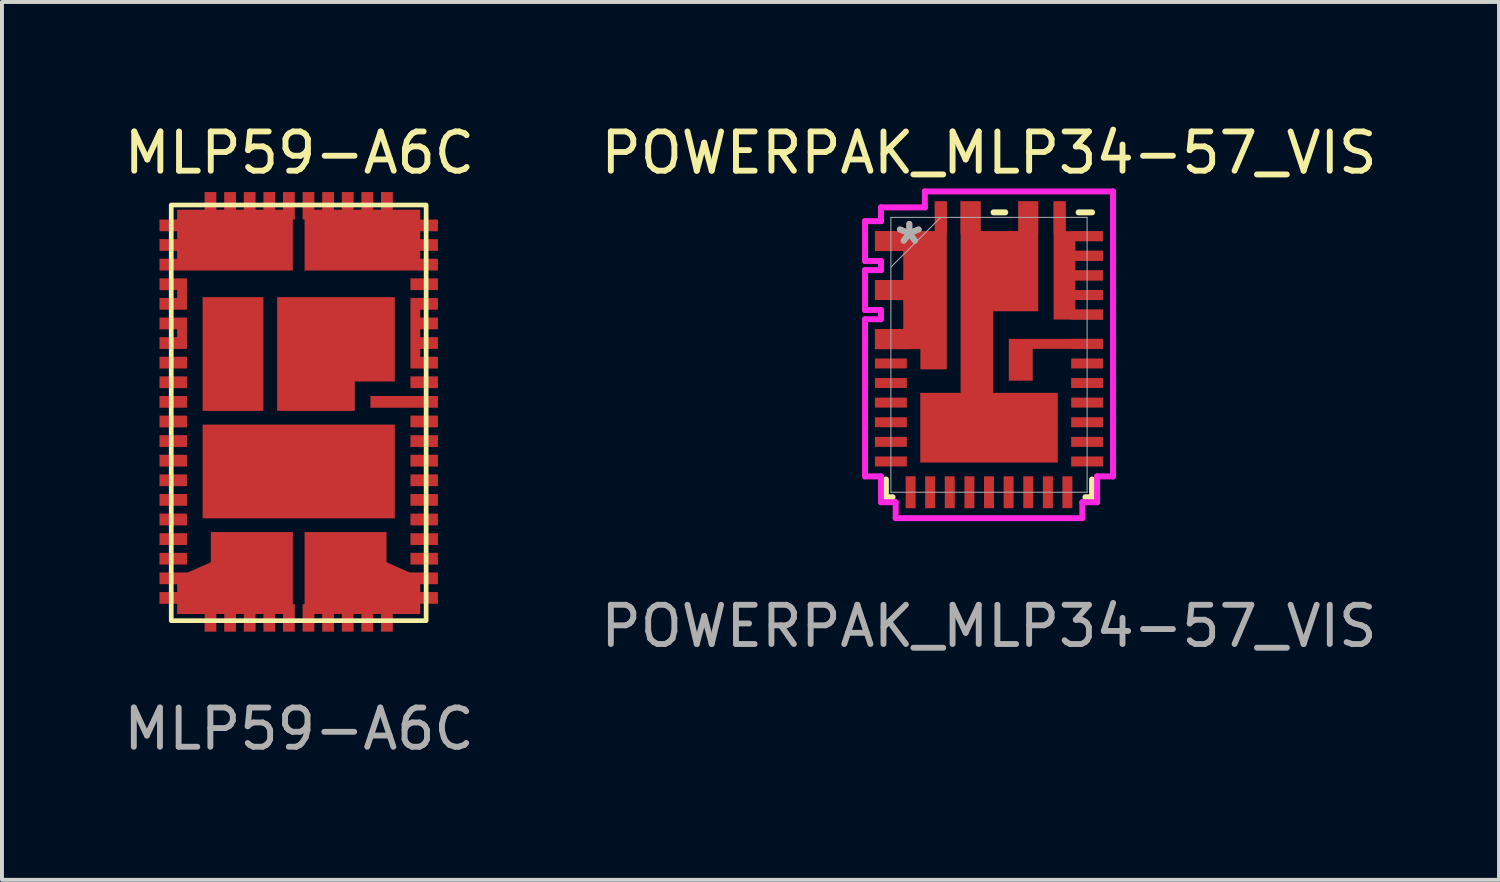
<source format=kicad_pcb>
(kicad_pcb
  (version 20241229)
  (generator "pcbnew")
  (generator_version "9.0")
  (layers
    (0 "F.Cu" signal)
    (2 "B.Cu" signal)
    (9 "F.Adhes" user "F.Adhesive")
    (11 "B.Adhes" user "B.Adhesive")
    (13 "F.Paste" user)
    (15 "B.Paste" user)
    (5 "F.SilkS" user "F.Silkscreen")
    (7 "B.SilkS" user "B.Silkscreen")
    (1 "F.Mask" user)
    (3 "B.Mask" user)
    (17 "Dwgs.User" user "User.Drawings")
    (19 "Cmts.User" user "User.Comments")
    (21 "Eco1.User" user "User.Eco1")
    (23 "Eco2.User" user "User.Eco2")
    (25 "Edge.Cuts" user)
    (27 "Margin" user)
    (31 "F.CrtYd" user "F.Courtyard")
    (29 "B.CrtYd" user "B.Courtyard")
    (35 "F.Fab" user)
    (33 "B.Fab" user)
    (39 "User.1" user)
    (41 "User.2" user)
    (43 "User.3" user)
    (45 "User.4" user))
  (footprint "POWERPAK_MLP34-57_VIS"
    (layer "F.Cu")
    (at 22.171 5.998)
    (property "Reference" "POWERPAK_MLP34-57_VIS" (at 0 -5.15 0) (unlocked yes) (layer "F.SilkS") (effects (font (size 1 1) (thickness 0.15))))
    (attr smd)
    (fp_poly (pts (xy 0.505 -0.406) (xy 0.505 0.66) (xy 1.115 0.66) (xy 1.115 -0.152) (xy 2.908 -0.152) (xy 2.908 -0.406)) (stroke (width 0) (type solid)) (fill yes) (layer "F.Cu"))
    (fp_poly (pts (xy -0.724 -3.912) (xy -0.724 0.97) (xy -1.753 0.97) (xy -1.753 2.748) (xy 1.753 2.748) (xy 1.753 0.97) (xy 0.107 0.97) (xy 0.107 -1.11) (xy 1.255 -1.11) (xy 1.255 -3.912) (xy 0.747 -3.912) (xy 0.747 -3.155) (xy -0.216 -3.155) (xy -0.216 -3.912)) (stroke (width 0) (type solid)) (fill yes) (layer "F.Cu"))
    (fp_poly (pts (xy -2.908 -3.155) (xy -2.908 -2.647) (xy -2.187 -2.647) (xy -2.187 -1.905) (xy -2.908 -1.905) (xy -2.908 -1.397) (xy -2.187 -1.397) (xy -2.187 -0.653) (xy -2.908 -0.653) (xy -2.908 -0.145) (xy -1.75 -0.145) (xy -1.75 0.371) (xy -1.077 0.371) (xy -1.077 -3.912) (xy -1.382 -3.912) (xy -1.382 -3.155)) (stroke (width 0) (type solid)) (fill yes) (layer "F.Cu"))
    (fp_poly (pts (xy 1.648 -0.899) (xy 2.908 -0.899) (xy 2.908 -1.153) (xy 2.202 -1.153) (xy 2.202 -1.397) (xy 2.908 -1.397) (xy 2.908 -1.651) (xy 2.202 -1.651) (xy 2.202 -1.897) (xy 2.908 -1.897) (xy 2.908 -2.151) (xy 2.202 -2.151) (xy 2.202 -2.398) (xy 2.908 -2.398) (xy 2.908 -2.652) (xy 2.202 -2.652) (xy 2.202 -2.898) (xy 2.908 -2.898) (xy 2.908 -3.152) (xy 1.953 -3.152) (xy 1.953 -3.912) (xy 1.648 -3.912)) (stroke (width 0) (type solid)) (fill yes) (layer "F.Cu"))
    (fp_poly (pts (xy 0.505 -0.406) (xy 0.505 0.66) (xy 1.115 0.66) (xy 1.115 -0.152) (xy 2.908 -0.152) (xy 2.908 -0.406)) (stroke (width 0) (type solid)) (fill yes) (layer "F.Mask"))
    (fp_poly (pts (xy -0.724 -3.912) (xy -0.724 0.97) (xy -1.753 0.97) (xy -1.753 2.748) (xy 1.753 2.748) (xy 1.753 0.97) (xy 0.107 0.97) (xy 0.107 -1.11) (xy 1.255 -1.11) (xy 1.255 -3.912) (xy 0.747 -3.912) (xy 0.747 -3.155) (xy -0.216 -3.155) (xy -0.216 -3.912)) (stroke (width 0) (type solid)) (fill yes) (layer "F.Mask"))
    (fp_poly (pts (xy -2.908 -3.155) (xy -2.908 -2.647) (xy -2.187 -2.647) (xy -2.187 -1.905) (xy -2.908 -1.905) (xy -2.908 -1.397) (xy -2.187 -1.397) (xy -2.187 -0.653) (xy -2.908 -0.653) (xy -2.908 -0.145) (xy -1.75 -0.145) (xy -1.75 0.371) (xy -1.077 0.371) (xy -1.077 -3.912) (xy -1.382 -3.912) (xy -1.382 -3.155)) (stroke (width 0) (type solid)) (fill yes) (layer "F.Mask"))
    (fp_poly (pts (xy 1.648 -0.899) (xy 2.908 -0.899) (xy 2.908 -1.153) (xy 2.202 -1.153) (xy 2.202 -1.397) (xy 2.908 -1.397) (xy 2.908 -1.651) (xy 2.202 -1.651) (xy 2.202 -1.897) (xy 2.908 -1.897) (xy 2.908 -2.151) (xy 2.202 -2.151) (xy 2.202 -2.398) (xy 2.908 -2.398) (xy 2.908 -2.652) (xy 2.202 -2.652) (xy 2.202 -2.898) (xy 2.908 -2.898) (xy 2.908 -3.152) (xy 1.953 -3.152) (xy 1.953 -3.912) (xy 1.648 -3.912)) (stroke (width 0) (type solid)) (fill yes) (layer "F.Mask"))
    (fp_line (start -2.629 3.632) (end -2.629 3.18) (stroke (width 0.152) (type solid)) (layer "F.SilkS"))
    (fp_line (start -2.459 3.632) (end -2.629 3.632) (stroke (width 0.152) (type solid)) (layer "F.SilkS"))
    (fp_line (start 0.117 -3.632) (end 0.414 -3.632) (stroke (width 0.152) (type solid)) (layer "F.SilkS"))
    (fp_line (start 2.286 -3.632) (end 2.629 -3.632) (stroke (width 0.152) (type solid)) (layer "F.SilkS"))
    (fp_line (start 2.629 3.18) (end 2.629 3.632) (stroke (width 0.152) (type solid)) (layer "F.SilkS"))
    (fp_line (start 2.629 3.632) (end 2.459 3.632) (stroke (width 0.152) (type solid)) (layer "F.SilkS"))
    (fp_poly (pts (xy 0.505 -0.406) (xy 0.505 0.66) (xy 1.115 0.66) (xy 1.115 -0.152) (xy 2.908 -0.152) (xy 2.908 -0.406)) (stroke (width 0) (type solid)) (fill yes) (layer "F.Paste"))
    (fp_poly (pts (xy -0.724 -3.912) (xy -0.724 0.97) (xy -1.753 0.97) (xy -1.753 2.748) (xy 1.753 2.748) (xy 1.753 0.97) (xy 0.107 0.97) (xy 0.107 -1.11) (xy 1.255 -1.11) (xy 1.255 -3.912) (xy 0.747 -3.912) (xy 0.747 -3.155) (xy -0.216 -3.155) (xy -0.216 -3.912)) (stroke (width 0) (type solid)) (fill yes) (layer "F.Paste"))
    (fp_poly (pts (xy -2.908 -3.155) (xy -2.908 -2.647) (xy -2.187 -2.647) (xy -2.187 -1.905) (xy -2.908 -1.905) (xy -2.908 -1.397) (xy -2.187 -1.397) (xy -2.187 -0.653) (xy -2.908 -0.653) (xy -2.908 -0.145) (xy -1.75 -0.145) (xy -1.75 0.371) (xy -1.077 0.371) (xy -1.077 -3.912) (xy -1.382 -3.912) (xy -1.382 -3.155)) (stroke (width 0) (type solid)) (fill yes) (layer "F.Paste"))
    (fp_poly (pts (xy 1.648 -0.899) (xy 2.908 -0.899) (xy 2.908 -1.153) (xy 2.202 -1.153) (xy 2.202 -1.397) (xy 2.908 -1.397) (xy 2.908 -1.651) (xy 2.202 -1.651) (xy 2.202 -1.897) (xy 2.908 -1.897) (xy 2.908 -2.151) (xy 2.202 -2.151) (xy 2.202 -2.398) (xy 2.908 -2.398) (xy 2.908 -2.652) (xy 2.202 -2.652) (xy 2.202 -2.898) (xy 2.908 -2.898) (xy 2.908 -3.152) (xy 1.953 -3.152) (xy 1.953 -3.912) (xy 1.648 -3.912)) (stroke (width 0) (type solid)) (fill yes) (layer "F.Paste"))
    (fp_line (start -3.162 -3.409) (end -3.162 -2.393) (stroke (width 0.152) (type solid)) (layer "F.CrtYd"))
    (fp_line (start -3.162 -2.393) (end -2.756 -2.393) (stroke (width 0.152) (type solid)) (layer "F.CrtYd"))
    (fp_line (start -3.162 -2.159) (end -3.162 -1.143) (stroke (width 0.152) (type solid)) (layer "F.CrtYd"))
    (fp_line (start -3.162 -1.143) (end -2.756 -1.143) (stroke (width 0.152) (type solid)) (layer "F.CrtYd"))
    (fp_line (start -3.162 -0.907) (end -3.162 3.101) (stroke (width 0.152) (type solid)) (layer "F.CrtYd"))
    (fp_line (start -3.162 3.101) (end -2.756 3.101) (stroke (width 0.152) (type solid)) (layer "F.CrtYd"))
    (fp_line (start -2.756 -3.759) (end -2.756 -3.409) (stroke (width 0.152) (type solid)) (layer "F.CrtYd"))
    (fp_line (start -2.756 -3.409) (end -3.162 -3.409) (stroke (width 0.152) (type solid)) (layer "F.CrtYd"))
    (fp_line (start -2.756 -2.393) (end -2.756 -2.159) (stroke (width 0.152) (type solid)) (layer "F.CrtYd"))
    (fp_line (start -2.756 -2.159) (end -3.162 -2.159) (stroke (width 0.152) (type solid)) (layer "F.CrtYd"))
    (fp_line (start -2.756 -1.143) (end -2.756 -0.907) (stroke (width 0.152) (type solid)) (layer "F.CrtYd"))
    (fp_line (start -2.756 -0.907) (end -3.162 -0.907) (stroke (width 0.152) (type solid)) (layer "F.CrtYd"))
    (fp_line (start -2.756 3.101) (end -2.756 3.759) (stroke (width 0.152) (type solid)) (layer "F.CrtYd"))
    (fp_line (start -2.756 3.759) (end -2.38 3.759) (stroke (width 0.152) (type solid)) (layer "F.CrtYd"))
    (fp_line (start -2.38 3.759) (end -2.38 4.166) (stroke (width 0.152) (type solid)) (layer "F.CrtYd"))
    (fp_line (start -2.38 4.166) (end 2.38 4.166) (stroke (width 0.152) (type solid)) (layer "F.CrtYd"))
    (fp_line (start -1.636 -4.166) (end -1.636 -3.759) (stroke (width 0.152) (type solid)) (layer "F.CrtYd"))
    (fp_line (start -1.636 -3.759) (end -2.756 -3.759) (stroke (width 0.152) (type solid)) (layer "F.CrtYd"))
    (fp_line (start 2.38 3.759) (end 2.756 3.759) (stroke (width 0.152) (type solid)) (layer "F.CrtYd"))
    (fp_line (start 2.38 4.166) (end 2.38 3.759) (stroke (width 0.152) (type solid)) (layer "F.CrtYd"))
    (fp_line (start 2.756 3.101) (end 3.162 3.101) (stroke (width 0.152) (type solid)) (layer "F.CrtYd"))
    (fp_line (start 2.756 3.759) (end 2.756 3.101) (stroke (width 0.152) (type solid)) (layer "F.CrtYd"))
    (fp_line (start 3.162 -4.166) (end -1.636 -4.166) (stroke (width 0.152) (type solid)) (layer "F.CrtYd"))
    (fp_line (start 3.162 3.101) (end 3.162 -4.166) (stroke (width 0.152) (type solid)) (layer "F.CrtYd"))
    (fp_line (start -2.502 -3.505) (end -2.502 3.505) (stroke (width 0.025) (type solid)) (layer "F.Fab"))
    (fp_line (start -2.502 -2.235) (end -1.232 -3.505) (stroke (width 0.025) (type solid)) (layer "F.Fab"))
    (fp_line (start -2.502 3.505) (end 2.502 3.505) (stroke (width 0.025) (type solid)) (layer "F.Fab"))
    (fp_line (start 2.502 -3.505) (end -2.502 -3.505) (stroke (width 0.025) (type solid)) (layer "F.Fab"))
    (fp_line (start 2.502 3.505) (end 2.502 -3.505) (stroke (width 0.025) (type solid)) (layer "F.Fab"))
    (fp_text user "*" (at -2.032 -2.794 0) (unlocked yes) (layer "F.Fab") (effects (font (size 1 1) (thickness 0.15))))
    (fp_text user "${REFERENCE}" (at 0 6.92 0) (unlocked yes) (layer "F.Fab") (effects (font (size 1 1) (thickness 0.15))))
    (fp_text user "*" (at -2.032 -2.794 0) (layer "F.Fab") (effects (font (size 1 1) (thickness 0.15))))
    (pad "1" smd rect (at -2.502 -2.901) (size 0.813 0.508) (layers "F.Cu" "F.Mask" "F.Paste"))
    (pad "1" smd rect (at -2.502 -1.651) (size 0.813 0.508) (layers "F.Cu" "F.Mask" "F.Paste"))
    (pad "1" smd rect (at -2.502 -0.399) (size 0.813 0.508) (layers "F.Cu" "F.Mask" "F.Paste"))
    (pad "1" smd rect (at -1.229 -3.505 90) (size 0.813 0.305) (layers "F.Cu" "F.Mask" "F.Paste"))
    (pad "4" smd rect (at -2.502 0.221) (size 0.813 0.254) (layers "F.Cu" "F.Mask" "F.Paste"))
    (pad "5" smd rect (at -2.502 0.719) (size 0.813 0.254) (layers "F.Cu" "F.Mask" "F.Paste"))
    (pad "6" smd rect (at -2.502 1.219) (size 0.813 0.254) (layers "F.Cu" "F.Mask" "F.Paste"))
    (pad "7" smd rect (at -2.502 1.72) (size 0.813 0.254) (layers "F.Cu" "F.Mask" "F.Paste"))
    (pad "7" smd rect (at 1.001 3.505 90) (size 0.813 0.254) (layers "F.Cu" "F.Mask" "F.Paste"))
    (pad "8" smd rect (at -2.502 2.22) (size 0.813 0.254) (layers "F.Cu" "F.Mask" "F.Paste"))
    (pad "9" smd rect (at -2.502 2.72) (size 0.813 0.254) (layers "F.Cu" "F.Mask" "F.Paste"))
    (pad "10" smd rect (at -1.999 3.505 90) (size 0.813 0.254) (layers "F.Cu" "F.Mask" "F.Paste"))
    (pad "11" smd rect (at -1.501 3.505 90) (size 0.813 0.254) (layers "F.Cu" "F.Mask" "F.Paste"))
    (pad "12" smd rect (at -1.001 3.505 90) (size 0.813 0.254) (layers "F.Cu" "F.Mask" "F.Paste"))
    (pad "13" smd rect (at -0.5 3.505 90) (size 0.813 0.254) (layers "F.Cu" "F.Mask" "F.Paste"))
    (pad "14" smd rect (at 0 3.505 90) (size 0.813 0.254) (layers "F.Cu" "F.Mask" "F.Paste"))
    (pad "15" smd rect (at 0.5 3.505 90) (size 0.813 0.254) (layers "F.Cu" "F.Mask" "F.Paste"))
    (pad "17" smd rect (at 1.501 3.505 90) (size 0.813 0.254) (layers "F.Cu" "F.Mask" "F.Paste"))
    (pad "18" smd rect (at 1.999 3.505 90) (size 0.813 0.254) (layers "F.Cu" "F.Mask" "F.Paste"))
    (pad "19" smd rect (at 2.502 2.72) (size 0.813 0.254) (layers "F.Cu" "F.Mask" "F.Paste"))
    (pad "20" smd rect (at 2.502 2.22) (size 0.813 0.254) (layers "F.Cu" "F.Mask" "F.Paste"))
    (pad "21" smd rect (at 2.502 1.72) (size 0.813 0.254) (layers "F.Cu" "F.Mask" "F.Paste"))
    (pad "22" smd rect (at 2.502 1.219) (size 0.813 0.254) (layers "F.Cu" "F.Mask" "F.Paste"))
    (pad "23" smd rect (at 2.502 0.719) (size 0.813 0.254) (layers "F.Cu" "F.Mask" "F.Paste"))
    (pad "24" smd rect (at 2.502 0.221) (size 0.813 0.254) (layers "F.Cu" "F.Mask" "F.Paste"))
    (pad "25" smd rect (at 2.502 -0.279) (size 0.813 0.254) (layers "F.Cu" "F.Mask" "F.Paste"))
    (pad "26" smd rect (at 1.801 -3.505 90) (size 0.813 0.305) (layers "F.Cu" "F.Mask" "F.Paste"))
    (pad "26" smd rect (at 2.502 -3.025) (size 0.813 0.254) (layers "F.Cu" "F.Mask" "F.Paste"))
    (pad "26" smd rect (at 2.502 -2.525) (size 0.813 0.254) (layers "F.Cu" "F.Mask" "F.Paste"))
    (pad "26" smd rect (at 2.502 -2.024) (size 0.813 0.254) (layers "F.Cu" "F.Mask" "F.Paste"))
    (pad "26" smd rect (at 2.502 -1.524) (size 0.813 0.254) (layers "F.Cu" "F.Mask" "F.Paste"))
    (pad "26" smd rect (at 2.502 -1.026) (size 0.813 0.254) (layers "F.Cu" "F.Mask" "F.Paste"))
    (pad "32" smd rect (at -0.47 -3.505 90) (size 0.813 0.508) (layers "F.Cu" "F.Mask" "F.Paste"))
    (pad "32" smd rect (at 1.001 -3.505 90) (size 0.813 0.508) (layers "F.Cu" "F.Mask" "F.Paste")))
  (footprint "MLP59-A6C"
    (layer "F.Cu")
    (at 4.567 7.478)
    (property "Reference" "MLP59-A6C" (at 0.02 -6.63 0) (unlocked yes) (layer "F.SilkS") (effects (font (size 1 1) (thickness 0.15))))
    (attr smd)
    (fp_rect (start -3.25 -5.3) (end 3.25 5.3) (stroke (width 0.12) (type default)) (fill no) (layer "F.SilkS"))
    (fp_text user "${REFERENCE}" (at 0.01 8.06 0) (unlocked yes) (layer "F.Fab") (effects (font (size 1 1) (thickness 0.15))))
    (pad "1" smd custom (at -1.625 -4.405) (size 2.95 1.55) (layers "F.Cu" "F.Mask" "F.Paste") (options (anchor rect)) (primitives (gr_rect (start 1.225 -1.225) (end 1.525 -0.525) (width 0) (fill yes)) (gr_rect (start -1.925 0.475) (end -1.405 0.775) (width 0) (fill yes)) (gr_rect (start -1.925 -0.025) (end -1.425 0.275) (width 0) (fill yes)) (gr_rect (start -1.925 -0.525) (end -1.415 -0.225) (width 0) (fill yes)) (gr_rect (start 0.725 -1.225) (end 1.025 -0.665) (width 0) (fill yes)) (gr_rect (start 0.225 -1.225) (end 0.525 -0.705) (width 0) (fill yes)) (gr_rect (start -0.275 -1.225) (end 0.025 -0.695) (width 0) (fill yes)) (gr_rect (start -0.775 -1.225) (end -0.475 -0.675) (width 0) (fill yes))))
    (pad "1" smd custom (at 1.625 -4.405) (size 2.95 1.55) (layers "F.Cu" "F.Mask" "F.Paste") (options (anchor rect)) (primitives (gr_rect (start -1.525 -1.225) (end -1.225 -0.525) (width 0) (fill yes)) (gr_rect (start 1.405 0.475) (end 1.925 0.775) (width 0) (fill yes)) (gr_rect (start 1.425 -0.025) (end 1.925 0.275) (width 0) (fill yes)) (gr_rect (start 1.415 -0.525) (end 1.925 -0.225) (width 0) (fill yes)) (gr_rect (start -1.025 -1.225) (end -0.725 -0.665) (width 0) (fill yes)) (gr_rect (start -0.525 -1.225) (end -0.225 -0.705) (width 0) (fill yes)) (gr_rect (start -0.025 -1.225) (end 0.275 -0.695) (width 0) (fill yes)) (gr_rect (start 0.475 -1.225) (end 0.775 -0.675) (width 0) (fill yes))))
    (pad "9" smd rect (at -3.2 -0.78) (size 0.7 0.3) (layers "F.Cu" "F.Mask" "F.Paste"))
    (pad "10" smd rect (at -3.2 -0.28) (size 0.7 0.3) (layers "F.Cu" "F.Mask" "F.Paste"))
    (pad "11" smd rect (at -3.2 0.22) (size 0.7 0.3) (layers "F.Cu" "F.Mask" "F.Paste"))
    (pad "12" smd rect (at -3.2 0.72) (size 0.7 0.3) (layers "F.Cu" "F.Mask" "F.Paste"))
    (pad "13" smd rect (at -3.2 1.22) (size 0.7 0.3) (layers "F.Cu" "F.Mask" "F.Paste"))
    (pad "15" smd rect (at -3.2 2.22) (size 0.7 0.3) (layers "F.Cu" "F.Mask" "F.Paste"))
    (pad "16" smd rect (at -3.2 2.72) (size 0.7 0.3) (layers "F.Cu" "F.Mask" "F.Paste"))
    (pad "17" smd rect (at -3.2 3.22) (size 0.7 0.3) (layers "F.Cu" "F.Mask" "F.Paste"))
    (pad "18" smd rect (at -3.2 3.72) (size 0.7 0.3) (layers "F.Cu" "F.Mask" "F.Paste"))
    (pad "32" smd custom (at -1.195 4.085) (size 2.09 2.09) (layers "F.Cu" "F.Mask" "F.Paste") (options (anchor rect)) (primitives (gr_rect (start -1.205 0.795) (end -0.905 1.495) (width 0) (fill yes)) (gr_rect (start -0.705 0.795) (end -0.405 1.495) (width 0) (fill yes)) (gr_rect (start -0.205 0.795) (end 0.095 1.495) (width 0) (fill yes)) (gr_rect (start 0.295 0.795) (end 0.595 1.495) (width 0) (fill yes)) (gr_rect (start 0.795 0.795) (end 1.095 1.495) (width 0) (fill yes)) (gr_rect (start -1.905 -0.015) (end -1.045 1.045) (width 0) (fill yes)) (gr_rect (start -2.355 0.485) (end -1.655 0.785) (width 0) (fill yes)) (gr_rect (start -2.355 -0.015) (end -1.655 0.285) (width 0) (fill yes)) (gr_poly (pts (xy -1.045 -0.275) (xy -1.023 -0.275) (xy -1.023 0.015) (xy -1.655 0.015) (xy -1.655 -0.005)) (width 0) (fill yes))))
    (pad "32" smd custom (at 1.195 4.085) (size 2.09 2.09) (layers "F.Cu" "F.Mask" "F.Paste") (options (anchor rect)) (primitives (gr_poly (pts (xy 1.045 -0.275) (xy 1.023 -0.275) (xy 1.023 0.015) (xy 1.655 0.015) (xy 1.655 -0.005)) (width 0) (fill yes)) (gr_rect (start 1.045 -0.015) (end 1.905 1.045) (width 0) (fill yes)) (gr_rect (start 1.655 -0.015) (end 2.355 0.285) (width 0) (fill yes)) (gr_rect (start 1.655 0.485) (end 2.355 0.785) (width 0) (fill yes)) (gr_rect (start -1.095 0.795) (end -0.795 1.495) (width 0) (fill yes)) (gr_rect (start -0.595 0.795) (end -0.295 1.495) (width 0) (fill yes)) (gr_rect (start -0.095 0.795) (end 0.205 1.495) (width 0) (fill yes)) (gr_rect (start 0.405 0.795) (end 0.705 1.495) (width 0) (fill yes)) (gr_rect (start 0.905 0.795) (end 1.205 1.495) (width 0) (fill yes))))
    (pad "33" smd rect (at 3.2 3.72) (size 0.7 0.3) (layers "F.Cu" "F.Mask" "F.Paste"))
    (pad "34" smd rect (at 3.2 3.22) (size 0.7 0.3) (layers "F.Cu" "F.Mask" "F.Paste"))
    (pad "35" smd rect (at 3.2 2.72) (size 0.7 0.3) (layers "F.Cu" "F.Mask" "F.Paste"))
    (pad "36" smd rect (at 3.2 2.22) (size 0.7 0.3) (layers "F.Cu" "F.Mask" "F.Paste"))
    (pad "38" smd rect (at 3.2 1.22) (size 0.7 0.3) (layers "F.Cu" "F.Mask" "F.Paste"))
    (pad "39" smd rect (at 3.2 0.72) (size 0.7 0.3) (layers "F.Cu" "F.Mask" "F.Paste"))
    (pad "40" smd rect (at 3.2 0.22) (size 0.7 0.3) (layers "F.Cu" "F.Mask" "F.Paste"))
    (pad "41" smd rect (at 2.69 -0.28 90) (size 0.3 1.72) (layers "F.Cu" "F.Mask" "F.Paste"))
    (pad "42" smd custom (at -3.2 -2.28) (size 0.7 0.3) (layers "F.Cu" "F.Mask" "F.Paste") (options (anchor rect)) (primitives (gr_rect (start 0.1 -0.15) (end 0.35 0.65) (width 0) (fill yes)) (gr_rect (start -0.35 0.35) (end 0.35 0.65) (width 0) (fill yes))))
    (pad "42" smd rect (at 3.2 -0.78) (size 0.7 0.3) (layers "F.Cu" "F.Mask" "F.Paste"))
    (pad "61" smd rect (at -3.2 1.72) (size 0.7 0.3) (layers "F.Cu" "F.Mask" "F.Paste"))
    (pad "61" smd rect (at 0 1.495) (size 4.9 2.39) (layers "F.Cu" "F.Mask" "F.Paste"))
    (pad "61" smd rect (at 3.2 1.72) (size 0.7 0.3) (layers "F.Cu" "F.Mask" "F.Paste"))
    (pad "62" smd custom (at 0.44 -1.5) (size 1.98 2.9) (layers "F.Cu" "F.Mask" "F.Paste") (options (anchor rect)) (primitives (gr_rect (start -0.99 -1.45) (end 2.01 0.7) (width 0) (fill yes))))
    (pad "62" smd custom (at 2.975 -2.03) (size 0.25 1.8) (layers "F.Cu" "F.Mask" "F.Paste") (options (anchor rect)) (primitives (gr_rect (start -0.125 0.6) (end 0.575 0.9) (width 0) (fill yes)) (gr_rect (start -0.125 0.1) (end 0.575 0.4) (width 0) (fill yes)) (gr_rect (start -0.125 -0.4) (end 0.575 -0.1) (width 0) (fill yes)) (gr_rect (start -0.125 -0.9) (end 0.575 -0.6) (width 0) (fill yes))))
    (pad "63" smd custom (at -3.2 -3.28) (size 0.7 0.3) (layers "F.Cu" "F.Mask" "F.Paste") (options (anchor rect)) (primitives (gr_rect (start 0.1 -0.15) (end 0.35 0.65) (width 0) (fill yes)) (gr_rect (start -0.35 0.35) (end 0.35 0.65) (width 0) (fill yes))))
    (pad "63" smd rect (at -3.2 -1.28) (size 0.7 0.3) (layers "F.Cu" "F.Mask" "F.Paste"))
    (pad "63" smd rect (at -1.675 -1.5) (size 1.55 2.9) (layers "F.Cu" "F.Mask" "F.Paste"))
    (pad "63" smd rect (at 3.2 -3.28) (size 0.7 0.3) (layers "F.Cu" "F.Mask" "F.Paste")))
  (gr_rect
    (start -3 -3)
    (end 35.177 19.387)
    (stroke (width 0.1) (type default))
    (fill no)
    (layer "Edge.Cuts")))
</source>
